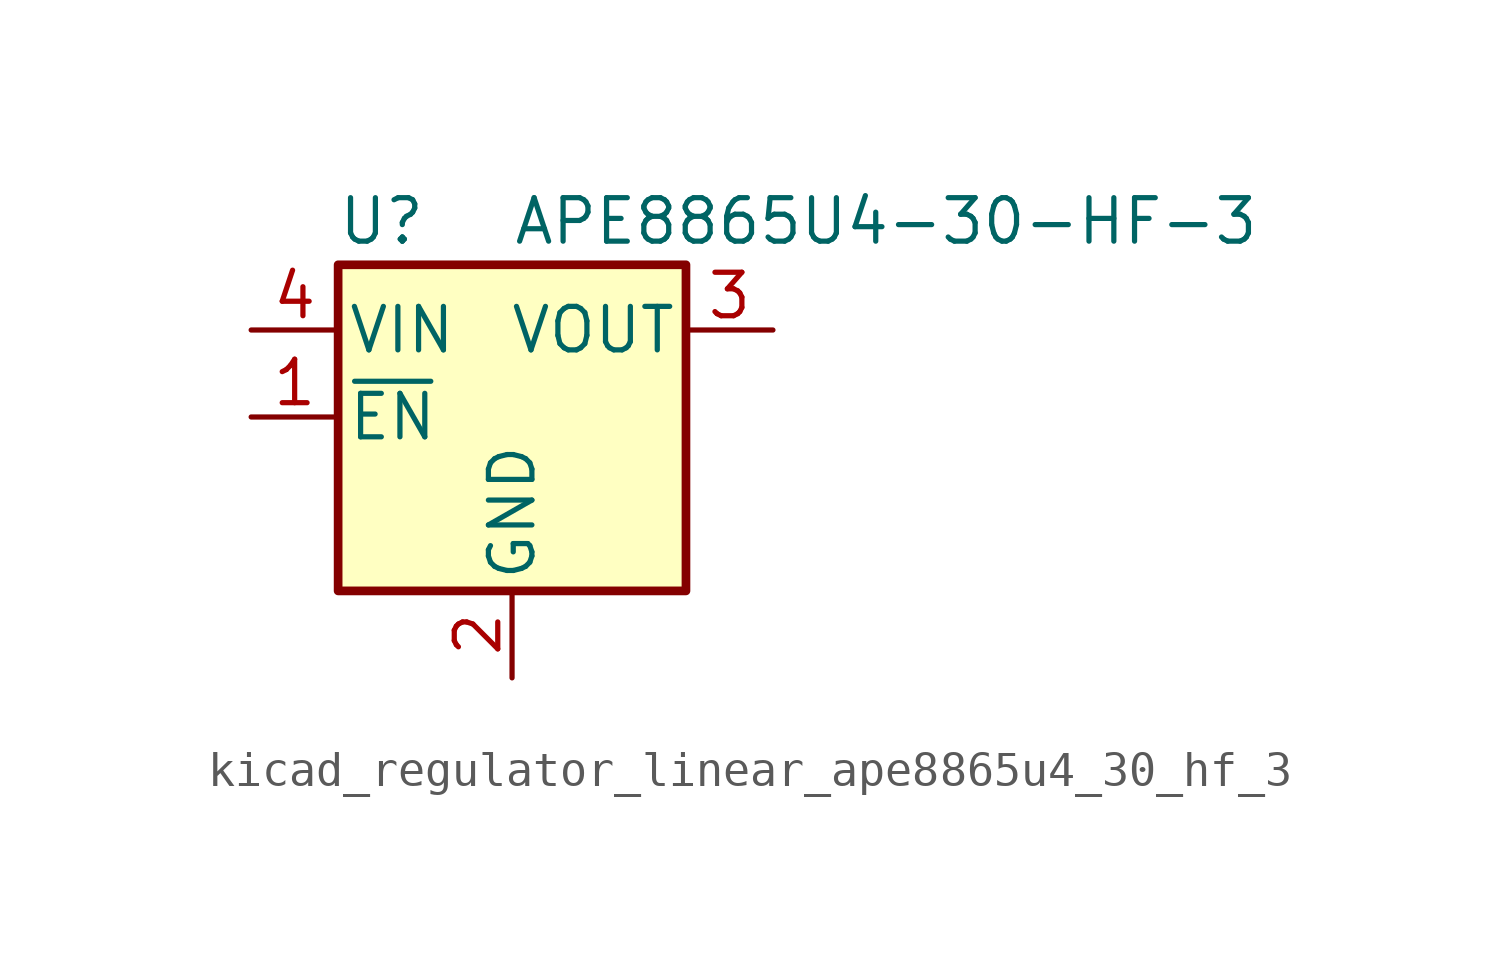
<source format=kicad_sym>
(kicad_symbol_lib
  (version 20220914)
  (generator kicad_symbol_editor)
  (symbol "kicad_regulator_linear_ape8865u4_30_hf_3"
    (pin_names
      (offset 0.254))
    (property "Reference" "U"
      (at -3.81 5.715 0)
      (effects (font (size 1.27 1.27))))
    (property "Value" "APE8865U4-30-HF-3"
      (at 0 5.715 0)
      (effects (font (size 1.27 1.27)) (justify left)))
    (symbol "kicad_regulator_linear_ape8865u4_30_hf_3_0_1"
      (rectangle (start -5.08 4.445) (end 5.08 -5.08) (stroke (width 0.254) (type default)) (fill (type background))))
    (symbol "kicad_regulator_linear_ape8865u4_30_hf_3_1_1"
      (pin input line (at -7.62 0 0) (length 2.54) (name "~{EN}" (effects (font (size 1.27 1.27)))) (number "1" (effects (font (size 1.27 1.27)))))
      (pin power_in line (at 0 -7.62 90) (length 2.54) (name "GND" (effects (font (size 1.27 1.27)))) (number "2" (effects (font (size 1.27 1.27)))))
      (pin power_out line (at 7.62 2.54 180) (length 2.54) (name "VOUT" (effects (font (size 1.27 1.27)))) (number "3" (effects (font (size 1.27 1.27)))))
      (pin power_in line (at -7.62 2.54 0) (length 2.54) (name "VIN" (effects (font (size 1.27 1.27)))) (number "4" (effects (font (size 1.27 1.27))))))))
</source>
